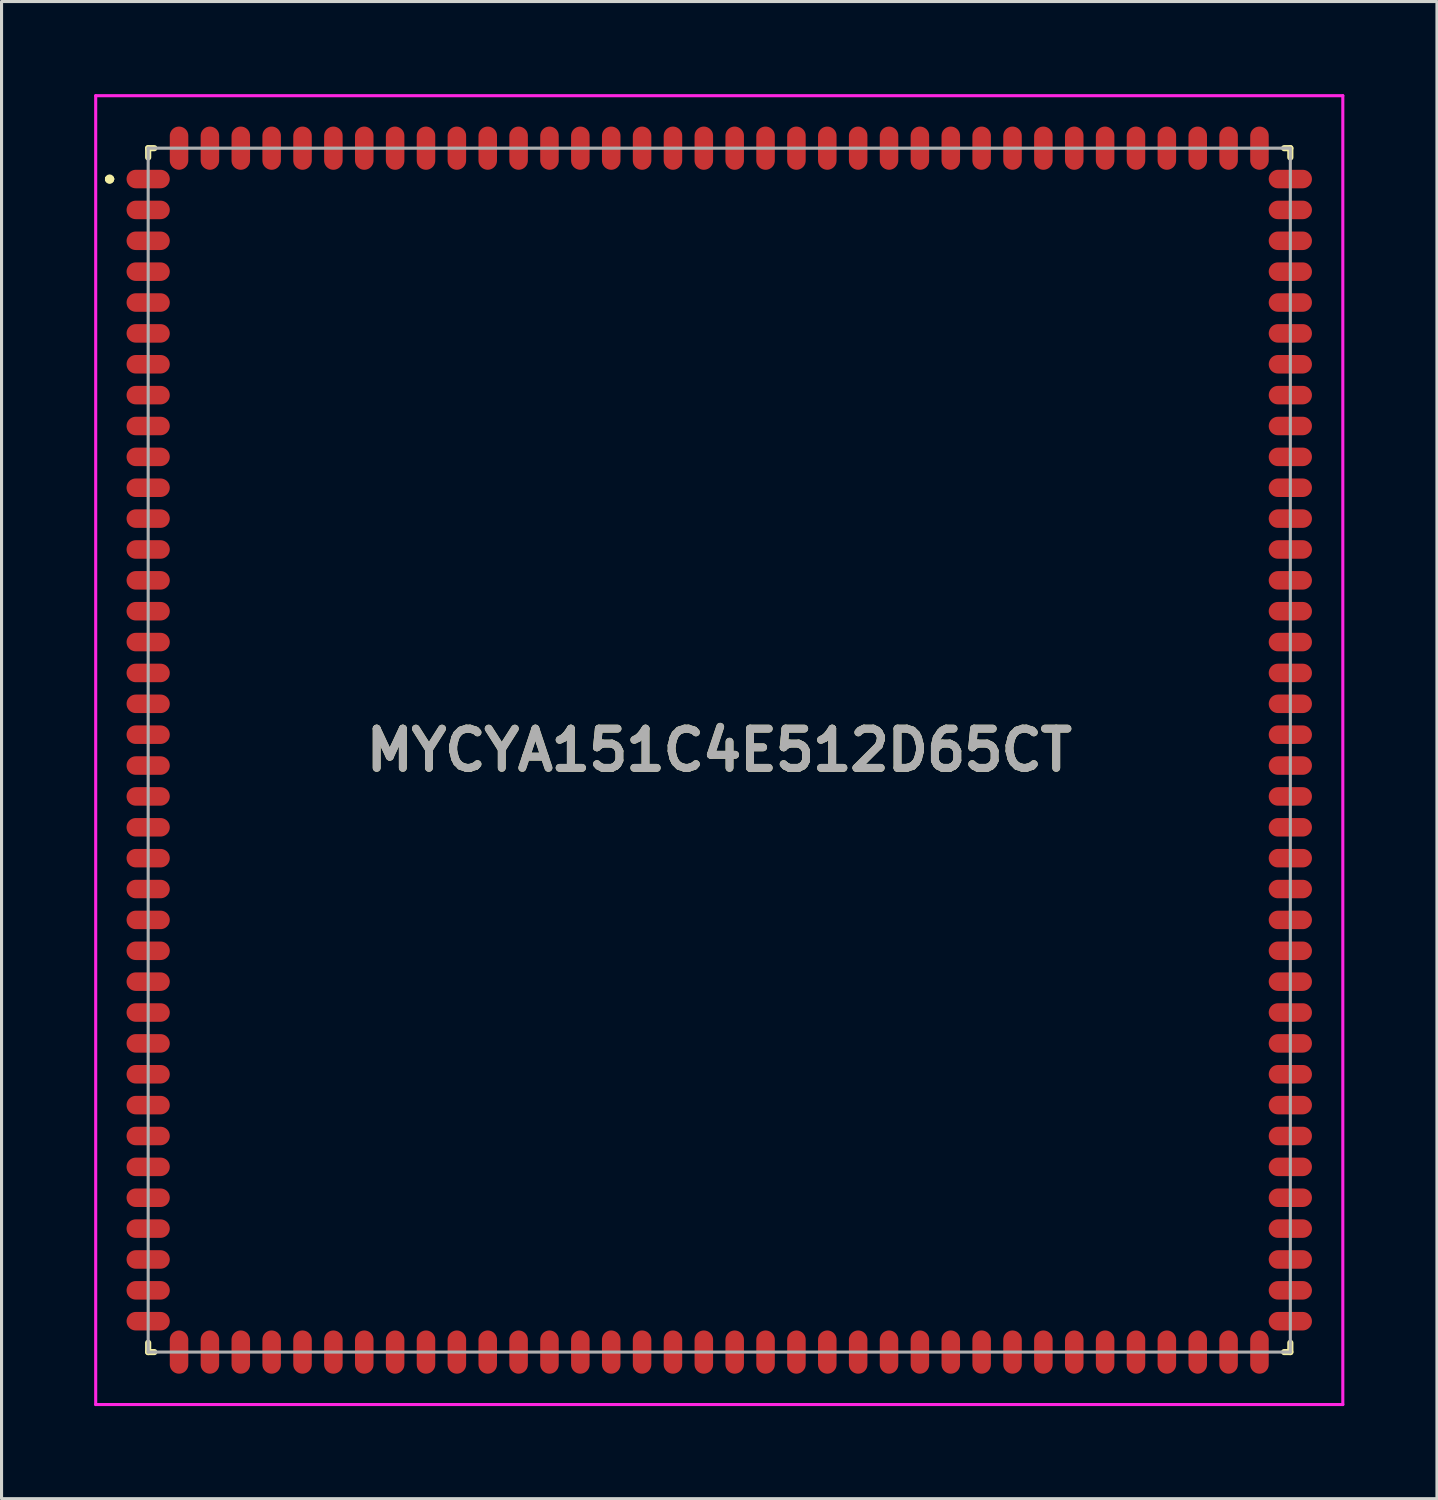
<source format=kicad_pcb>
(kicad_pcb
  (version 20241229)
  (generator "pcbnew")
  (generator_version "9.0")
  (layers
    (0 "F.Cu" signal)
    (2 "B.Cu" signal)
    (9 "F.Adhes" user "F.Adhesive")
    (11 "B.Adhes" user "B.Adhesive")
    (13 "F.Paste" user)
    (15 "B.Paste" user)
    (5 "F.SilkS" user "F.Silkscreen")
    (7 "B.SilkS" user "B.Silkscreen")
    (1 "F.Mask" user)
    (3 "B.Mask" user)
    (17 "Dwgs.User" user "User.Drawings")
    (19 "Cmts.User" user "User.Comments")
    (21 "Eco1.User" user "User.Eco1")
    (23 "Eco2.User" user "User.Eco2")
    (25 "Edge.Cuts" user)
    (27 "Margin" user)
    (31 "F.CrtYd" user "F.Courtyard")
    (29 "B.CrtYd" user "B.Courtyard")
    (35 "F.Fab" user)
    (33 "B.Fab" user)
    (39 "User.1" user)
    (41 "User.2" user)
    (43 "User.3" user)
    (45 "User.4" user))
  (footprint "MYCYA151C4E512D65CT"
    (layer "F.Cu")
    (at 20.25 21.25)
    (property "Reference" "MYCYA151C4E512D65CT" (at 0 0 0) (layer "F.SilkS") (effects (font (size 1.27 1.27) (thickness 0.254))))
    (attr smd)
    (fp_line (start -19.8 -18.5) (end -19.8 -18.5) (stroke (width 0.2) (type solid)) (layer "F.SilkS"))
    (fp_line (start -19.8 -18.5) (end -19.8 -18.5) (stroke (width 0.2) (type solid)) (layer "F.SilkS"))
    (fp_line (start -19.7 -18.5) (end -19.7 -18.5) (stroke (width 0.2) (type solid)) (layer "F.SilkS"))
    (fp_line (start -18.5 -19.5) (end -18.5 -19.2) (stroke (width 0.2) (type solid)) (layer "F.SilkS"))
    (fp_line (start -18.5 19.2) (end -18.5 19.5) (stroke (width 0.2) (type solid)) (layer "F.SilkS"))
    (fp_line (start -18.5 19.5) (end -18.3 19.5) (stroke (width 0.2) (type solid)) (layer "F.SilkS"))
    (fp_line (start -18.3 -19.5) (end -18.5 -19.5) (stroke (width 0.2) (type solid)) (layer "F.SilkS"))
    (fp_line (start 18.3 -19.5) (end 18.5 -19.5) (stroke (width 0.2) (type solid)) (layer "F.SilkS"))
    (fp_line (start 18.3 19.5) (end 18.5 19.5) (stroke (width 0.2) (type solid)) (layer "F.SilkS"))
    (fp_line (start 18.5 -19.5) (end 18.5 -19.2) (stroke (width 0.2) (type solid)) (layer "F.SilkS"))
    (fp_line (start 18.5 19.5) (end 18.5 19.2) (stroke (width 0.2) (type solid)) (layer "F.SilkS"))
    (fp_arc (start -19.8 -18.5) (mid -19.75 -18.55) (end -19.7 -18.5) (stroke (width 0.2) (type solid)) (layer "F.SilkS"))
    (fp_arc (start -19.7 -18.5) (mid -19.75 -18.45) (end -19.8 -18.5) (stroke (width 0.2) (type solid)) (layer "F.SilkS"))
    (fp_arc (start -19.7 -18.5) (mid -19.75 -18.45) (end -19.8 -18.5) (stroke (width 0.2) (type solid)) (layer "F.SilkS"))
    (fp_line (start -20.2 -21.2) (end 20.2 -21.2) (stroke (width 0.1) (type solid)) (layer "F.CrtYd"))
    (fp_line (start -20.2 21.2) (end -20.2 -21.2) (stroke (width 0.1) (type solid)) (layer "F.CrtYd"))
    (fp_line (start 20.2 -21.2) (end 20.2 21.2) (stroke (width 0.1) (type solid)) (layer "F.CrtYd"))
    (fp_line (start 20.2 21.2) (end -20.2 21.2) (stroke (width 0.1) (type solid)) (layer "F.CrtYd"))
    (fp_line (start -18.5 -19.5) (end -18.5 19.5) (stroke (width 0.1) (type solid)) (layer "F.Fab"))
    (fp_line (start -18.5 19.5) (end 18.5 19.5) (stroke (width 0.1) (type solid)) (layer "F.Fab"))
    (fp_line (start 18.5 -19.5) (end -18.5 -19.5) (stroke (width 0.1) (type solid)) (layer "F.Fab"))
    (fp_line (start 18.5 19.5) (end 18.5 -19.5) (stroke (width 0.1) (type solid)) (layer "F.Fab"))
    (fp_text user "${REFERENCE}" (at 0 0 0) (layer "F.Fab") (effects (font (size 1.27 1.27) (thickness 0.254))))
    (pad "1" smd oval (at -18.5 -18.5 90) (size 0.6 1.4) (layers "F.Cu" "F.Mask" "F.Paste"))
    (pad "2" smd oval (at -18.5 -17.5 90) (size 0.6 1.4) (layers "F.Cu" "F.Mask" "F.Paste"))
    (pad "3" smd oval (at -18.5 -16.5 90) (size 0.6 1.4) (layers "F.Cu" "F.Mask" "F.Paste"))
    (pad "4" smd oval (at -18.5 -15.5 90) (size 0.6 1.4) (layers "F.Cu" "F.Mask" "F.Paste"))
    (pad "5" smd oval (at -18.5 -14.5 90) (size 0.6 1.4) (layers "F.Cu" "F.Mask" "F.Paste"))
    (pad "6" smd oval (at -18.5 -13.5 90) (size 0.6 1.4) (layers "F.Cu" "F.Mask" "F.Paste"))
    (pad "7" smd oval (at -18.5 -12.5 90) (size 0.6 1.4) (layers "F.Cu" "F.Mask" "F.Paste"))
    (pad "8" smd oval (at -18.5 -11.5 90) (size 0.6 1.4) (layers "F.Cu" "F.Mask" "F.Paste"))
    (pad "9" smd oval (at -18.5 -10.5 90) (size 0.6 1.4) (layers "F.Cu" "F.Mask" "F.Paste"))
    (pad "10" smd oval (at -18.5 -9.5 90) (size 0.6 1.4) (layers "F.Cu" "F.Mask" "F.Paste"))
    (pad "11" smd oval (at -18.5 -8.5 90) (size 0.6 1.4) (layers "F.Cu" "F.Mask" "F.Paste"))
    (pad "12" smd oval (at -18.5 -7.5 90) (size 0.6 1.4) (layers "F.Cu" "F.Mask" "F.Paste"))
    (pad "13" smd oval (at -18.5 -6.5 90) (size 0.6 1.4) (layers "F.Cu" "F.Mask" "F.Paste"))
    (pad "14" smd oval (at -18.5 -5.5 90) (size 0.6 1.4) (layers "F.Cu" "F.Mask" "F.Paste"))
    (pad "15" smd oval (at -18.5 -4.5 90) (size 0.6 1.4) (layers "F.Cu" "F.Mask" "F.Paste"))
    (pad "16" smd oval (at -18.5 -3.5 90) (size 0.6 1.4) (layers "F.Cu" "F.Mask" "F.Paste"))
    (pad "17" smd oval (at -18.5 -2.5 90) (size 0.6 1.4) (layers "F.Cu" "F.Mask" "F.Paste"))
    (pad "18" smd oval (at -18.5 -1.5 90) (size 0.6 1.4) (layers "F.Cu" "F.Mask" "F.Paste"))
    (pad "19" smd oval (at -18.5 -0.5 90) (size 0.6 1.4) (layers "F.Cu" "F.Mask" "F.Paste"))
    (pad "20" smd oval (at -18.5 0.5 90) (size 0.6 1.4) (layers "F.Cu" "F.Mask" "F.Paste"))
    (pad "21" smd oval (at -18.5 1.5 90) (size 0.6 1.4) (layers "F.Cu" "F.Mask" "F.Paste"))
    (pad "22" smd oval (at -18.5 2.5 90) (size 0.6 1.4) (layers "F.Cu" "F.Mask" "F.Paste"))
    (pad "23" smd oval (at -18.5 3.5 90) (size 0.6 1.4) (layers "F.Cu" "F.Mask" "F.Paste"))
    (pad "24" smd oval (at -18.5 4.5 90) (size 0.6 1.4) (layers "F.Cu" "F.Mask" "F.Paste"))
    (pad "25" smd oval (at -18.5 5.5 90) (size 0.6 1.4) (layers "F.Cu" "F.Mask" "F.Paste"))
    (pad "26" smd oval (at -18.5 6.5 90) (size 0.6 1.4) (layers "F.Cu" "F.Mask" "F.Paste"))
    (pad "27" smd oval (at -18.5 7.5 90) (size 0.6 1.4) (layers "F.Cu" "F.Mask" "F.Paste"))
    (pad "28" smd oval (at -18.5 8.5 90) (size 0.6 1.4) (layers "F.Cu" "F.Mask" "F.Paste"))
    (pad "29" smd oval (at -18.5 9.5 90) (size 0.6 1.4) (layers "F.Cu" "F.Mask" "F.Paste"))
    (pad "30" smd oval (at -18.5 10.5 90) (size 0.6 1.4) (layers "F.Cu" "F.Mask" "F.Paste"))
    (pad "31" smd oval (at -18.5 11.5 90) (size 0.6 1.4) (layers "F.Cu" "F.Mask" "F.Paste"))
    (pad "32" smd oval (at -18.5 12.5 90) (size 0.6 1.4) (layers "F.Cu" "F.Mask" "F.Paste"))
    (pad "33" smd oval (at -18.5 13.5 90) (size 0.6 1.4) (layers "F.Cu" "F.Mask" "F.Paste"))
    (pad "34" smd oval (at -18.5 14.5 90) (size 0.6 1.4) (layers "F.Cu" "F.Mask" "F.Paste"))
    (pad "35" smd oval (at -18.5 15.5 90) (size 0.6 1.4) (layers "F.Cu" "F.Mask" "F.Paste"))
    (pad "36" smd oval (at -18.5 16.5 90) (size 0.6 1.4) (layers "F.Cu" "F.Mask" "F.Paste"))
    (pad "37" smd oval (at -18.5 17.5 90) (size 0.6 1.4) (layers "F.Cu" "F.Mask" "F.Paste"))
    (pad "38" smd oval (at -18.5 18.5 90) (size 0.6 1.4) (layers "F.Cu" "F.Mask" "F.Paste"))
    (pad "39" smd oval (at -17.5 19.5) (size 0.6 1.4) (layers "F.Cu" "F.Mask" "F.Paste"))
    (pad "40" smd oval (at -16.5 19.5) (size 0.6 1.4) (layers "F.Cu" "F.Mask" "F.Paste"))
    (pad "41" smd oval (at -15.5 19.5) (size 0.6 1.4) (layers "F.Cu" "F.Mask" "F.Paste"))
    (pad "42" smd oval (at -14.5 19.5) (size 0.6 1.4) (layers "F.Cu" "F.Mask" "F.Paste"))
    (pad "43" smd oval (at -13.5 19.5) (size 0.6 1.4) (layers "F.Cu" "F.Mask" "F.Paste"))
    (pad "44" smd oval (at -12.5 19.5) (size 0.6 1.4) (layers "F.Cu" "F.Mask" "F.Paste"))
    (pad "45" smd oval (at -11.5 19.5) (size 0.6 1.4) (layers "F.Cu" "F.Mask" "F.Paste"))
    (pad "46" smd oval (at -10.5 19.5) (size 0.6 1.4) (layers "F.Cu" "F.Mask" "F.Paste"))
    (pad "47" smd oval (at -9.5 19.5) (size 0.6 1.4) (layers "F.Cu" "F.Mask" "F.Paste"))
    (pad "48" smd oval (at -8.5 19.5) (size 0.6 1.4) (layers "F.Cu" "F.Mask" "F.Paste"))
    (pad "49" smd oval (at -7.5 19.5) (size 0.6 1.4) (layers "F.Cu" "F.Mask" "F.Paste"))
    (pad "50" smd oval (at -6.5 19.5) (size 0.6 1.4) (layers "F.Cu" "F.Mask" "F.Paste"))
    (pad "51" smd oval (at -5.5 19.5) (size 0.6 1.4) (layers "F.Cu" "F.Mask" "F.Paste"))
    (pad "52" smd oval (at -4.5 19.5) (size 0.6 1.4) (layers "F.Cu" "F.Mask" "F.Paste"))
    (pad "53" smd oval (at -3.5 19.5) (size 0.6 1.4) (layers "F.Cu" "F.Mask" "F.Paste"))
    (pad "54" smd oval (at -2.5 19.5) (size 0.6 1.4) (layers "F.Cu" "F.Mask" "F.Paste"))
    (pad "55" smd oval (at -1.5 19.5) (size 0.6 1.4) (layers "F.Cu" "F.Mask" "F.Paste"))
    (pad "56" smd oval (at -0.5 19.5) (size 0.6 1.4) (layers "F.Cu" "F.Mask" "F.Paste"))
    (pad "57" smd oval (at 0.5 19.5) (size 0.6 1.4) (layers "F.Cu" "F.Mask" "F.Paste"))
    (pad "58" smd oval (at 1.5 19.5) (size 0.6 1.4) (layers "F.Cu" "F.Mask" "F.Paste"))
    (pad "59" smd oval (at 2.5 19.5) (size 0.6 1.4) (layers "F.Cu" "F.Mask" "F.Paste"))
    (pad "60" smd oval (at 3.5 19.5) (size 0.6 1.4) (layers "F.Cu" "F.Mask" "F.Paste"))
    (pad "61" smd oval (at 4.5 19.5) (size 0.6 1.4) (layers "F.Cu" "F.Mask" "F.Paste"))
    (pad "62" smd oval (at 5.5 19.5) (size 0.6 1.4) (layers "F.Cu" "F.Mask" "F.Paste"))
    (pad "63" smd oval (at 6.5 19.5) (size 0.6 1.4) (layers "F.Cu" "F.Mask" "F.Paste"))
    (pad "64" smd oval (at 7.5 19.5) (size 0.6 1.4) (layers "F.Cu" "F.Mask" "F.Paste"))
    (pad "65" smd oval (at 8.5 19.5) (size 0.6 1.4) (layers "F.Cu" "F.Mask" "F.Paste"))
    (pad "66" smd oval (at 9.5 19.5) (size 0.6 1.4) (layers "F.Cu" "F.Mask" "F.Paste"))
    (pad "67" smd oval (at 10.5 19.5) (size 0.6 1.4) (layers "F.Cu" "F.Mask" "F.Paste"))
    (pad "68" smd oval (at 11.5 19.5) (size 0.6 1.4) (layers "F.Cu" "F.Mask" "F.Paste"))
    (pad "69" smd oval (at 12.5 19.5) (size 0.6 1.4) (layers "F.Cu" "F.Mask" "F.Paste"))
    (pad "70" smd oval (at 13.5 19.5) (size 0.6 1.4) (layers "F.Cu" "F.Mask" "F.Paste"))
    (pad "71" smd oval (at 14.5 19.5) (size 0.6 1.4) (layers "F.Cu" "F.Mask" "F.Paste"))
    (pad "72" smd oval (at 15.5 19.5) (size 0.6 1.4) (layers "F.Cu" "F.Mask" "F.Paste"))
    (pad "73" smd oval (at 16.5 19.5) (size 0.6 1.4) (layers "F.Cu" "F.Mask" "F.Paste"))
    (pad "74" smd oval (at 17.5 19.5) (size 0.6 1.4) (layers "F.Cu" "F.Mask" "F.Paste"))
    (pad "75" smd oval (at 18.5 18.5 90) (size 0.6 1.4) (layers "F.Cu" "F.Mask" "F.Paste"))
    (pad "76" smd oval (at 18.5 17.5 90) (size 0.6 1.4) (layers "F.Cu" "F.Mask" "F.Paste"))
    (pad "77" smd oval (at 18.5 16.5 90) (size 0.6 1.4) (layers "F.Cu" "F.Mask" "F.Paste"))
    (pad "78" smd oval (at 18.5 15.5 90) (size 0.6 1.4) (layers "F.Cu" "F.Mask" "F.Paste"))
    (pad "79" smd oval (at 18.5 14.5 90) (size 0.6 1.4) (layers "F.Cu" "F.Mask" "F.Paste"))
    (pad "80" smd oval (at 18.5 13.5 90) (size 0.6 1.4) (layers "F.Cu" "F.Mask" "F.Paste"))
    (pad "81" smd oval (at 18.5 12.5 90) (size 0.6 1.4) (layers "F.Cu" "F.Mask" "F.Paste"))
    (pad "82" smd oval (at 18.5 11.5 90) (size 0.6 1.4) (layers "F.Cu" "F.Mask" "F.Paste"))
    (pad "83" smd oval (at 18.5 10.5 90) (size 0.6 1.4) (layers "F.Cu" "F.Mask" "F.Paste"))
    (pad "84" smd oval (at 18.5 9.5 90) (size 0.6 1.4) (layers "F.Cu" "F.Mask" "F.Paste"))
    (pad "85" smd oval (at 18.5 8.5 90) (size 0.6 1.4) (layers "F.Cu" "F.Mask" "F.Paste"))
    (pad "86" smd oval (at 18.5 7.5 90) (size 0.6 1.4) (layers "F.Cu" "F.Mask" "F.Paste"))
    (pad "87" smd oval (at 18.5 6.5 90) (size 0.6 1.4) (layers "F.Cu" "F.Mask" "F.Paste"))
    (pad "88" smd oval (at 18.5 5.5 90) (size 0.6 1.4) (layers "F.Cu" "F.Mask" "F.Paste"))
    (pad "89" smd oval (at 18.5 4.5 90) (size 0.6 1.4) (layers "F.Cu" "F.Mask" "F.Paste"))
    (pad "90" smd oval (at 18.5 3.5 90) (size 0.6 1.4) (layers "F.Cu" "F.Mask" "F.Paste"))
    (pad "91" smd oval (at 18.5 2.5 90) (size 0.6 1.4) (layers "F.Cu" "F.Mask" "F.Paste"))
    (pad "92" smd oval (at 18.5 1.5 90) (size 0.6 1.4) (layers "F.Cu" "F.Mask" "F.Paste"))
    (pad "93" smd oval (at 18.5 0.5 90) (size 0.6 1.4) (layers "F.Cu" "F.Mask" "F.Paste"))
    (pad "94" smd oval (at 18.5 -0.5 90) (size 0.6 1.4) (layers "F.Cu" "F.Mask" "F.Paste"))
    (pad "95" smd oval (at 18.5 -1.5 90) (size 0.6 1.4) (layers "F.Cu" "F.Mask" "F.Paste"))
    (pad "96" smd oval (at 18.5 -2.5 90) (size 0.6 1.4) (layers "F.Cu" "F.Mask" "F.Paste"))
    (pad "97" smd oval (at 18.5 -3.5 90) (size 0.6 1.4) (layers "F.Cu" "F.Mask" "F.Paste"))
    (pad "98" smd oval (at 18.5 -4.5 90) (size 0.6 1.4) (layers "F.Cu" "F.Mask" "F.Paste"))
    (pad "99" smd oval (at 18.5 -5.5 90) (size 0.6 1.4) (layers "F.Cu" "F.Mask" "F.Paste"))
    (pad "100" smd oval (at 18.5 -6.5 90) (size 0.6 1.4) (layers "F.Cu" "F.Mask" "F.Paste"))
    (pad "101" smd oval (at 18.5 -7.5 90) (size 0.6 1.4) (layers "F.Cu" "F.Mask" "F.Paste"))
    (pad "102" smd oval (at 18.5 -8.5 90) (size 0.6 1.4) (layers "F.Cu" "F.Mask" "F.Paste"))
    (pad "103" smd oval (at 18.5 -9.5 90) (size 0.6 1.4) (layers "F.Cu" "F.Mask" "F.Paste"))
    (pad "104" smd oval (at 18.5 -10.5 90) (size 0.6 1.4) (layers "F.Cu" "F.Mask" "F.Paste"))
    (pad "105" smd oval (at 18.5 -11.5 90) (size 0.6 1.4) (layers "F.Cu" "F.Mask" "F.Paste"))
    (pad "106" smd oval (at 18.5 -12.5 90) (size 0.6 1.4) (layers "F.Cu" "F.Mask" "F.Paste"))
    (pad "107" smd oval (at 18.5 -13.5 90) (size 0.6 1.4) (layers "F.Cu" "F.Mask" "F.Paste"))
    (pad "108" smd oval (at 18.5 -14.5 90) (size 0.6 1.4) (layers "F.Cu" "F.Mask" "F.Paste"))
    (pad "109" smd oval (at 18.5 -15.5 90) (size 0.6 1.4) (layers "F.Cu" "F.Mask" "F.Paste"))
    (pad "110" smd oval (at 18.5 -16.5 90) (size 0.6 1.4) (layers "F.Cu" "F.Mask" "F.Paste"))
    (pad "111" smd oval (at 18.5 -17.5 90) (size 0.6 1.4) (layers "F.Cu" "F.Mask" "F.Paste"))
    (pad "112" smd oval (at 18.5 -18.5 90) (size 0.6 1.4) (layers "F.Cu" "F.Mask" "F.Paste"))
    (pad "113" smd oval (at 17.5 -19.5) (size 0.6 1.4) (layers "F.Cu" "F.Mask" "F.Paste"))
    (pad "114" smd oval (at 16.5 -19.5) (size 0.6 1.4) (layers "F.Cu" "F.Mask" "F.Paste"))
    (pad "115" smd oval (at 15.5 -19.5) (size 0.6 1.4) (layers "F.Cu" "F.Mask" "F.Paste"))
    (pad "116" smd oval (at 14.5 -19.5) (size 0.6 1.4) (layers "F.Cu" "F.Mask" "F.Paste"))
    (pad "117" smd oval (at 13.5 -19.5) (size 0.6 1.4) (layers "F.Cu" "F.Mask" "F.Paste"))
    (pad "118" smd oval (at 12.5 -19.5) (size 0.6 1.4) (layers "F.Cu" "F.Mask" "F.Paste"))
    (pad "119" smd oval (at 11.5 -19.5) (size 0.6 1.4) (layers "F.Cu" "F.Mask" "F.Paste"))
    (pad "120" smd oval (at 10.5 -19.5) (size 0.6 1.4) (layers "F.Cu" "F.Mask" "F.Paste"))
    (pad "121" smd oval (at 9.5 -19.5) (size 0.6 1.4) (layers "F.Cu" "F.Mask" "F.Paste"))
    (pad "122" smd oval (at 8.5 -19.5) (size 0.6 1.4) (layers "F.Cu" "F.Mask" "F.Paste"))
    (pad "123" smd oval (at 7.5 -19.5) (size 0.6 1.4) (layers "F.Cu" "F.Mask" "F.Paste"))
    (pad "124" smd oval (at 6.5 -19.5) (size 0.6 1.4) (layers "F.Cu" "F.Mask" "F.Paste"))
    (pad "125" smd oval (at 5.5 -19.5) (size 0.6 1.4) (layers "F.Cu" "F.Mask" "F.Paste"))
    (pad "126" smd oval (at 4.5 -19.5) (size 0.6 1.4) (layers "F.Cu" "F.Mask" "F.Paste"))
    (pad "127" smd oval (at 3.5 -19.5) (size 0.6 1.4) (layers "F.Cu" "F.Mask" "F.Paste"))
    (pad "128" smd oval (at 2.5 -19.5) (size 0.6 1.4) (layers "F.Cu" "F.Mask" "F.Paste"))
    (pad "129" smd oval (at 1.5 -19.5) (size 0.6 1.4) (layers "F.Cu" "F.Mask" "F.Paste"))
    (pad "130" smd oval (at 0.5 -19.5) (size 0.6 1.4) (layers "F.Cu" "F.Mask" "F.Paste"))
    (pad "131" smd oval (at -0.5 -19.5) (size 0.6 1.4) (layers "F.Cu" "F.Mask" "F.Paste"))
    (pad "132" smd oval (at -1.5 -19.5) (size 0.6 1.4) (layers "F.Cu" "F.Mask" "F.Paste"))
    (pad "133" smd oval (at -2.5 -19.5) (size 0.6 1.4) (layers "F.Cu" "F.Mask" "F.Paste"))
    (pad "134" smd oval (at -3.5 -19.5) (size 0.6 1.4) (layers "F.Cu" "F.Mask" "F.Paste"))
    (pad "135" smd oval (at -4.5 -19.5) (size 0.6 1.4) (layers "F.Cu" "F.Mask" "F.Paste"))
    (pad "136" smd oval (at -5.5 -19.5) (size 0.6 1.4) (layers "F.Cu" "F.Mask" "F.Paste"))
    (pad "137" smd oval (at -6.5 -19.5) (size 0.6 1.4) (layers "F.Cu" "F.Mask" "F.Paste"))
    (pad "138" smd oval (at -7.5 -19.5) (size 0.6 1.4) (layers "F.Cu" "F.Mask" "F.Paste"))
    (pad "139" smd oval (at -8.5 -19.5) (size 0.6 1.4) (layers "F.Cu" "F.Mask" "F.Paste"))
    (pad "140" smd oval (at -9.5 -19.5) (size 0.6 1.4) (layers "F.Cu" "F.Mask" "F.Paste"))
    (pad "141" smd oval (at -10.5 -19.5) (size 0.6 1.4) (layers "F.Cu" "F.Mask" "F.Paste"))
    (pad "142" smd oval (at -11.5 -19.5) (size 0.6 1.4) (layers "F.Cu" "F.Mask" "F.Paste"))
    (pad "143" smd oval (at -12.5 -19.5) (size 0.6 1.4) (layers "F.Cu" "F.Mask" "F.Paste"))
    (pad "144" smd oval (at -13.5 -19.5) (size 0.6 1.4) (layers "F.Cu" "F.Mask" "F.Paste"))
    (pad "145" smd oval (at -14.5 -19.5) (size 0.6 1.4) (layers "F.Cu" "F.Mask" "F.Paste"))
    (pad "146" smd oval (at -15.5 -19.5) (size 0.6 1.4) (layers "F.Cu" "F.Mask" "F.Paste"))
    (pad "147" smd oval (at -16.5 -19.5) (size 0.6 1.4) (layers "F.Cu" "F.Mask" "F.Paste"))
    (pad "148" smd oval (at -17.5 -19.5) (size 0.6 1.4) (layers "F.Cu" "F.Mask" "F.Paste")))
  (gr_rect
    (start -3 -3)
    (end 43.5 45.5)
    (stroke (width 0.1) (type default))
    (fill no)
    (layer "Edge.Cuts")))
</source>
